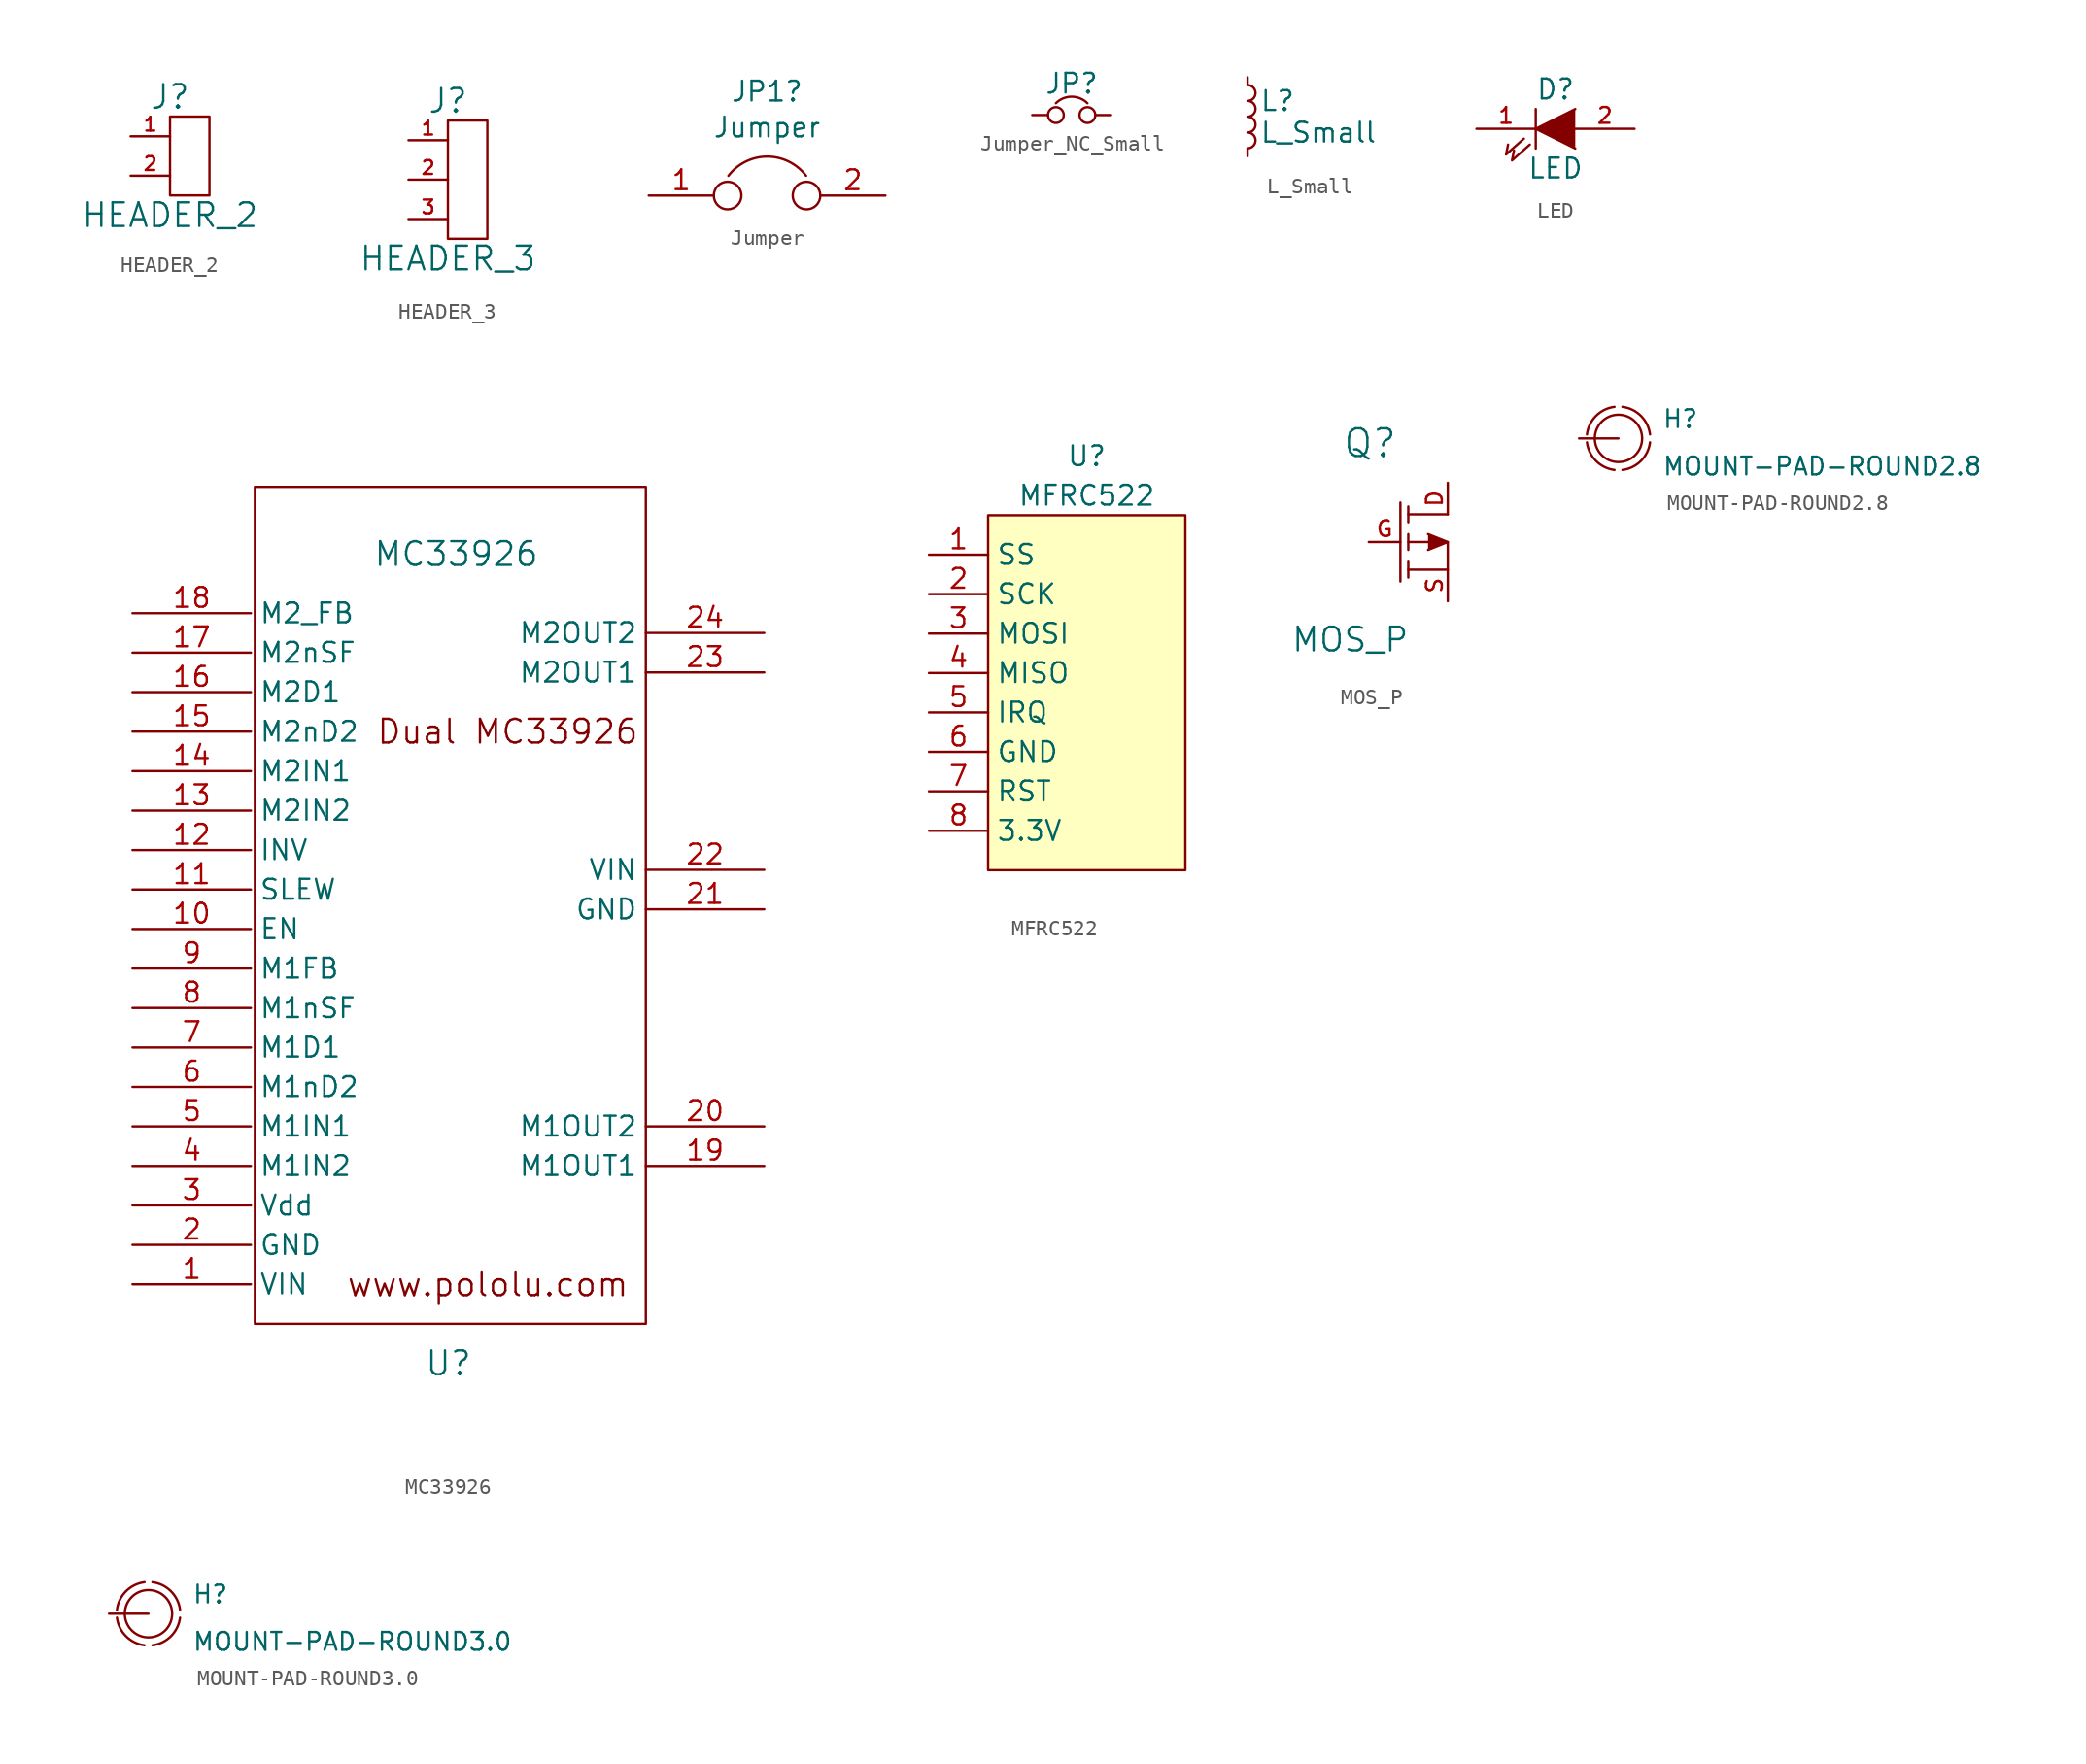
<source format=kicad_sym>
(kicad_symbol_lib
  (version 20220102)
  (generator kicad_symbol_editor)
  (symbol "HEADER_2"
    (pin_names
      (offset 0))
    (property "Reference" "J"
      (at 0 3.81 0)
      (effects (font (size 1.524 1.524))))
    (property "Value" "HEADER_2"
      (at 0 -3.81 0)
      (effects (font (size 1.524 1.524))))
    (property "Footprint" ""
      (at 0 0 0)
      (effects (font (size 1.524 1.524))))
    (property "Datasheet" ""
      (at 0 0 0)
      (effects (font (size 1.524 1.524))))
    (symbol "HEADER_2_0_1"
      (rectangle (start 2.54 2.54) (end 0 -2.54) (stroke (width 0) (type default)) (fill (type none))))
    (symbol "HEADER_2_1_1"
      (pin passive line (at -2.54 1.27 0) (length 2.54) (name "~" (effects (font (size 1.27 1.27)))) (number "1" (effects (font (size 0.889 0.889)))))
      (pin passive line (at -2.54 -1.27 0) (length 2.54) (name "~" (effects (font (size 1.27 1.27)))) (number "2" (effects (font (size 0.889 0.889)))))))
  (symbol "HEADER_3"
    (pin_names
      (offset 0))
    (property "Reference" "J"
      (at 0 5.08 0)
      (effects (font (size 1.524 1.524))))
    (property "Value" "HEADER_3"
      (at 0 -5.08 0)
      (effects (font (size 1.524 1.524))))
    (property "Footprint" ""
      (at 0 0 0)
      (effects (font (size 1.524 1.524))))
    (property "Datasheet" ""
      (at 0 0 0)
      (effects (font (size 1.524 1.524))))
    (symbol "HEADER_3_0_1"
      (rectangle (start 2.54 3.81) (end 0 -3.81) (stroke (width 0) (type default)) (fill (type none))))
    (symbol "HEADER_3_1_1"
      (pin passive line (at -2.54 2.54 0) (length 2.54) (name "~" (effects (font (size 1.27 1.27)))) (number "1" (effects (font (size 0.889 0.889)))))
      (pin passive line (at -2.54 0 0) (length 2.54) (name "~" (effects (font (size 1.27 1.27)))) (number "2" (effects (font (size 0.889 0.889)))))
      (pin passive line (at -2.54 -2.54 0) (length 2.54) (name "~" (effects (font (size 1.27 1.27)))) (number "3" (effects (font (size 0.889 0.889)))))))
  (symbol "Jumper"
    (pin_names
      (offset 0.762) hide)
    (property "Reference" "JP1"
      (at 0 6.706 0)
      (effects (font (size 1.27 1.27))))
    (property "Value" "Jumper"
      (at 0 4.394 0)
      (effects (font (size 1.27 1.27))))
    (symbol "Jumper_0_1"
      (circle (center -2.54 0) (radius 0.889) (stroke (width 0) (type default)) (fill (type none)))
      (arc (start 2.5146 1.27) (mid 0.0127 2.5097) (end -2.4892 1.27) (stroke (width 0) (type default)) (fill (type none)))
      (circle (center 2.54 0) (radius 0.889) (stroke (width 0) (type default)) (fill (type none)))
      (pin passive line (at -7.62 0 0) (length 4.191) (name "1" (effects (font (size 1.27 1.27)))) (number "1" (effects (font (size 1.27 1.27)))))
      (pin passive line (at 7.62 0 180) (length 4.191) (name "2" (effects (font (size 1.27 1.27)))) (number "2" (effects (font (size 1.27 1.27)))))))
  (symbol "Jumper_NC_Small"
    (pin_numbers hide)
    (pin_names
      (offset 0.762) hide)
    (property "Reference" "JP"
      (at 0 2.032 0)
      (effects (font (size 1.27 1.27))))
    (property "Footprint" ""
      (at 0 0 0)
      (effects (font (size 1.524 1.524))))
    (property "Datasheet" ""
      (at 0 0 0)
      (effects (font (size 1.524 1.524))))
    (symbol "Jumper_NC_Small_0_1"
      (circle (center -1.016 0) (radius 0.508) (stroke (width 0) (type default)) (fill (type none)))
      (circle (center 1.016 0) (radius 0.508) (stroke (width 0) (type default)) (fill (type none)))
      (arc (start 1.016 0.762) (mid 0 1.1828) (end -1.016 0.762) (stroke (width 0) (type default)) (fill (type none)))
      (pin passive line (at -2.54 0 0) (length 1.016) (name "1" (effects (font (size 1.524 1.524)))) (number "1" (effects (font (size 1.524 1.524)))))
      (pin passive line (at 2.54 0 180) (length 1.016) (name "2" (effects (font (size 1.524 1.524)))) (number "2" (effects (font (size 1.524 1.524)))))))
  (symbol "L_Small"
    (pin_numbers hide)
    (pin_names
      (offset 0.254) hide)
    (property "Reference" "L"
      (at 0.762 1.016 0)
      (effects (font (size 1.27 1.27)) (justify left)))
    (property "Value" "L_Small"
      (at 0.762 -1.016 0)
      (effects (font (size 1.27 1.27)) (justify left)))
    (property "Footprint" ""
      (at 0 0 0)
      (effects (font (size 1.524 1.524))))
    (property "Datasheet" ""
      (at 0 0 0)
      (effects (font (size 1.524 1.524))))
    (symbol "L_Small_0_1"
      (arc (start 0 -2.032) (mid 0.508 -1.524) (end 0 -1.016) (stroke (width 0) (type default)) (fill (type none)))
      (arc (start 0 -1.016) (mid 0.508 -0.508) (end 0 0) (stroke (width 0) (type default)) (fill (type none)))
      (arc (start 0 0) (mid 0.508 0.508) (end 0 1.016) (stroke (width 0) (type default)) (fill (type none)))
      (arc (start 0 1.016) (mid 0.508 1.524) (end 0 2.032) (stroke (width 0) (type default)) (fill (type none))))
    (symbol "L_Small_1_1"
      (pin passive line (at 0 2.54 270) (length 0.508) (name "~" (effects (font (size 1.016 1.016)))) (number "1" (effects (font (size 1.016 1.016)))))
      (pin passive line (at 0 -2.54 90) (length 0.508) (name "~" (effects (font (size 1.016 1.016)))) (number "2" (effects (font (size 1.016 1.016)))))))
  (symbol "LED"
    (pin_names hide)
    (property "Reference" "D"
      (at 0 2.54 0)
      (effects (font (size 1.27 1.27))))
    (property "Value" "LED"
      (at 0 -2.54 0)
      (effects (font (size 1.27 1.27))))
    (property "Footprint" ""
      (at 0 0 0)
      (effects (font (size 1.524 1.524))))
    (property "Datasheet" ""
      (at 0 0 0)
      (effects (font (size 1.524 1.524))))
    (symbol "LED_0_1"
      (polyline (pts (xy -1.27 1.27) (xy -1.27 -1.27)) (stroke (width 0) (type default)) (fill (type none)))
      (polyline (pts (xy -2.032 -0.635) (xy -3.175 -1.651) (xy -3.048 -1.016)) (stroke (width 0) (type default)) (fill (type none)))
      (polyline (pts (xy -1.651 -1.016) (xy -2.794 -2.032) (xy -2.667 -1.397)) (stroke (width 0) (type default)) (fill (type none)))
      (polyline (pts (xy 1.27 1.27) (xy -1.27 0) (xy 1.27 -1.27)) (stroke (width 0) (type default)) (fill (type outline))))
    (symbol "LED_1_1"
      (pin passive line (at -5.08 0 0) (length 3.81) (name "K" (effects (font (size 1.016 1.016)))) (number "1" (effects (font (size 1.016 1.016)))))
      (pin passive line (at 5.08 0 180) (length 3.81) (name "A" (effects (font (size 1.016 1.016)))) (number "2" (effects (font (size 1.016 1.016)))))))
  (symbol "MC33926"
    (property "Reference" "U"
      (at -1.27 -24.13 0)
      (effects (font (size 1.524 1.524))))
    (property "Value" "MC33926"
      (at -0.762 27.94 0)
      (effects (font (size 1.524 1.524))))
    (property "Footprint" ""
      (at 3.81 1.27 0)
      (effects (font (size 1.524 1.524))))
    (property "Datasheet" ""
      (at 3.81 1.27 0)
      (effects (font (size 1.524 1.524))))
    (symbol "MC33926_0_0"
      (text "Dual MC33926" (at 2.54 16.51 0) (effects (font (size 1.524 1.524))))
      (text "www.pololu.com" (at 1.27 -19.05 0) (effects (font (size 1.524 1.524)))))
    (symbol "MC33926_0_1"
      (rectangle (start -13.716 32.258) (end 11.43 -21.59) (stroke (width 0) (type default)) (fill (type none))))
    (symbol "MC33926_1_1"
      (pin input line (at -21.59 -19.05 0) (length 7.62) (name "VIN" (effects (font (size 1.27 1.27)))) (number "1" (effects (font (size 1.27 1.27)))))
      (pin input line (at -21.59 3.81 0) (length 7.62) (name "EN" (effects (font (size 1.27 1.27)))) (number "10" (effects (font (size 1.27 1.27)))))
      (pin input line (at -21.59 6.35 0) (length 7.62) (name "SLEW" (effects (font (size 1.27 1.27)))) (number "11" (effects (font (size 1.27 1.27)))))
      (pin input line (at -21.59 8.89 0) (length 7.62) (name "INV" (effects (font (size 1.27 1.27)))) (number "12" (effects (font (size 1.27 1.27)))))
      (pin input line (at -21.59 11.43 0) (length 7.62) (name "M2IN2" (effects (font (size 1.27 1.27)))) (number "13" (effects (font (size 1.27 1.27)))))
      (pin input line (at -21.59 13.97 0) (length 7.62) (name "M2IN1" (effects (font (size 1.27 1.27)))) (number "14" (effects (font (size 1.27 1.27)))))
      (pin input line (at -21.59 16.51 0) (length 7.62) (name "M2nD2" (effects (font (size 1.27 1.27)))) (number "15" (effects (font (size 1.27 1.27)))))
      (pin input line (at -21.59 19.05 0) (length 7.62) (name "M2D1" (effects (font (size 1.27 1.27)))) (number "16" (effects (font (size 1.27 1.27)))))
      (pin input line (at -21.59 21.59 0) (length 7.62) (name "M2nSF" (effects (font (size 1.27 1.27)))) (number "17" (effects (font (size 1.27 1.27)))))
      (pin input line (at -21.59 24.13 0) (length 7.62) (name "M2_FB" (effects (font (size 1.27 1.27)))) (number "18" (effects (font (size 1.27 1.27)))))
      (pin input line (at 19.05 -11.43 180) (length 7.62) (name "M1OUT1" (effects (font (size 1.27 1.27)))) (number "19" (effects (font (size 1.27 1.27)))))
      (pin input line (at -21.59 -16.51 0) (length 7.62) (name "GND" (effects (font (size 1.27 1.27)))) (number "2" (effects (font (size 1.27 1.27)))))
      (pin input line (at 19.05 -8.89 180) (length 7.62) (name "M1OUT2" (effects (font (size 1.27 1.27)))) (number "20" (effects (font (size 1.27 1.27)))))
      (pin input line (at 19.05 5.08 180) (length 7.62) (name "GND" (effects (font (size 1.27 1.27)))) (number "21" (effects (font (size 1.27 1.27)))))
      (pin input line (at 19.05 7.62 180) (length 7.62) (name "VIN" (effects (font (size 1.27 1.27)))) (number "22" (effects (font (size 1.27 1.27)))))
      (pin input line (at 19.05 20.32 180) (length 7.62) (name "M2OUT1" (effects (font (size 1.27 1.27)))) (number "23" (effects (font (size 1.27 1.27)))))
      (pin input line (at 19.05 22.86 180) (length 7.62) (name "M2OUT2" (effects (font (size 1.27 1.27)))) (number "24" (effects (font (size 1.27 1.27)))))
      (pin input line (at -21.59 -13.97 0) (length 7.62) (name "Vdd" (effects (font (size 1.27 1.27)))) (number "3" (effects (font (size 1.27 1.27)))))
      (pin input line (at -21.59 -11.43 0) (length 7.62) (name "M1IN2" (effects (font (size 1.27 1.27)))) (number "4" (effects (font (size 1.27 1.27)))))
      (pin input line (at -21.59 -8.89 0) (length 7.62) (name "M1IN1" (effects (font (size 1.27 1.27)))) (number "5" (effects (font (size 1.27 1.27)))))
      (pin input line (at -21.59 -6.35 0) (length 7.62) (name "M1nD2" (effects (font (size 1.27 1.27)))) (number "6" (effects (font (size 1.27 1.27)))))
      (pin input line (at -21.59 -3.81 0) (length 7.62) (name "M1D1" (effects (font (size 1.27 1.27)))) (number "7" (effects (font (size 1.27 1.27)))))
      (pin input line (at -21.59 -1.27 0) (length 7.62) (name "M1nSF" (effects (font (size 1.27 1.27)))) (number "8" (effects (font (size 1.27 1.27)))))
      (pin input line (at -21.59 1.27 0) (length 7.62) (name "M1FB" (effects (font (size 1.27 1.27)))) (number "9" (effects (font (size 1.27 1.27)))))))
  (symbol "MFRC522"
    (property "Reference" "U"
      (at 0 15.24 0)
      (effects (font (size 1.27 1.27))))
    (property "Value" "MFRC522"
      (at 0 12.7 0)
      (effects (font (size 1.27 1.27))))
    (symbol "MFRC522_0_1"
      (rectangle (start -6.35 11.43) (end 6.35 -11.43) (stroke (width 0) (type default)) (fill (type background))))
    (symbol "MFRC522_1_1"
      (pin input line (at -10.16 8.89 0) (length 3.81) (name "SS" (effects (font (size 1.27 1.27)))) (number "1" (effects (font (size 1.27 1.27)))))
      (pin input line (at -10.16 6.35 0) (length 3.81) (name "SCK" (effects (font (size 1.27 1.27)))) (number "2" (effects (font (size 1.27 1.27)))))
      (pin input line (at -10.16 3.81 0) (length 3.81) (name "MOSI" (effects (font (size 1.27 1.27)))) (number "3" (effects (font (size 1.27 1.27)))))
      (pin input line (at -10.16 1.27 0) (length 3.81) (name "MISO" (effects (font (size 1.27 1.27)))) (number "4" (effects (font (size 1.27 1.27)))))
      (pin input line (at -10.16 -1.27 0) (length 3.81) (name "IRQ" (effects (font (size 1.27 1.27)))) (number "5" (effects (font (size 1.27 1.27)))))
      (pin input line (at -10.16 -3.81 0) (length 3.81) (name "GND" (effects (font (size 1.27 1.27)))) (number "6" (effects (font (size 1.27 1.27)))))
      (pin input line (at -10.16 -6.35 0) (length 3.81) (name "RST" (effects (font (size 1.27 1.27)))) (number "7" (effects (font (size 1.27 1.27)))))
      (pin input line (at -10.16 -8.89 0) (length 3.81) (name "3.3V" (effects (font (size 1.27 1.27)))) (number "8" (effects (font (size 1.27 1.27)))))))
  (symbol "MOS_P"
    (pin_names
      (offset 0.762) hide)
    (property "Reference" "Q"
      (at -2.464 6.35 0)
      (effects (font (size 1.778 1.778))))
    (property "Value" "MOS_P"
      (at -3.734 -6.274 0)
      (effects (font (size 1.524 1.524))))
    (property "Footprint" ""
      (at 0 0 0)
      (effects (font (size 1.524 1.524))))
    (property "Datasheet" ""
      (at 0 0 0)
      (effects (font (size 1.524 1.524))))
    (symbol "MOS_P_0_1"
      (polyline (pts (xy -0.508 2.54) (xy -0.508 -2.54) (xy -0.508 -2.54)) (stroke (width 0) (type default)) (fill (type outline)))
      (polyline (pts (xy 0 -2.286) (xy 0 -1.27) (xy 0 -1.27)) (stroke (width 0) (type default)) (fill (type outline)))
      (polyline (pts (xy 0 -0.508) (xy 0 0.508) (xy 0 0.508)) (stroke (width 0) (type default)) (fill (type outline)))
      (polyline (pts (xy 0 1.27) (xy 0 2.286) (xy 0 2.286)) (stroke (width 0) (type default)) (fill (type outline)))
      (polyline (pts (xy 0 1.778) (xy 2.54 1.778) (xy 2.54 1.778)) (stroke (width 0) (type default)) (fill (type none)))
      (polyline (pts (xy 1.27 0.508) (xy 2.54 0) (xy 1.27 -0.508) (xy 1.27 -0.508)) (stroke (width 0) (type default)) (fill (type outline)))
      (polyline (pts (xy 0 -1.778) (xy 2.54 -1.778) (xy 2.54 0) (xy 0 0) (xy 0 0)) (stroke (width 0) (type default)) (fill (type none))))
    (symbol "MOS_P_1_1"
      (pin passive line (at 2.54 3.81 270) (length 2.032) (name "D" (effects (font (size 1.016 1.016)))) (number "D" (effects (font (size 1.016 1.016)))))
      (pin input line (at -2.54 0 0) (length 2.032) (name "G" (effects (font (size 1.016 1.016)))) (number "G" (effects (font (size 1.016 1.016)))))
      (pin passive line (at 2.54 -3.81 90) (length 2.032) (name "S" (effects (font (size 1.016 1.016)))) (number "S" (effects (font (size 1.016 1.016)))))))
  (symbol "MOUNT-PAD-ROUND2.8"
    (pin_numbers hide)
    (pin_names hide)
    (property "Reference" "H"
      (at 2.794 0.584 0)
      (effects (font (size 1.143 1.143)) (justify left bottom)))
    (property "Value" "MOUNT-PAD-ROUND2.8"
      (at 2.794 -2.464 0)
      (effects (font (size 1.143 1.143)) (justify left bottom)))
    (property "ki_locked" ""
      (at 0 0 0)
      (effects (font (size 1.27 1.27))))
    (symbol "MOUNT-PAD-ROUND2.8_1_1"
      (arc (start -2.032 -0.254) (mid -1.448 -1.448) (end -0.254 -2.032) (stroke (width 0) (type default)) (fill (type none)))
      (arc (start -0.254 2.032) (mid -1.448 1.448) (end -2.032 0.254) (stroke (width 0) (type default)) (fill (type none)))
      (circle (center 0 0) (radius 1.524) (stroke (width 0) (type default)) (fill (type none)))
      (arc (start 0.254 -2.032) (mid 1.448 -1.448) (end 2.032 -0.254) (stroke (width 0) (type default)) (fill (type none)))
      (arc (start 2.032 0.254) (mid 1.448 1.448) (end 0.254 2.032) (stroke (width 0) (type default)) (fill (type none)))
      (pin passive line (at -2.54 0 0) (length 2.54) (name "MOUNT" (effects (font (size 1.016 1.016)))) (number "B2,8" (effects (font (size 1.016 1.016)))))))
  (symbol "MOUNT-PAD-ROUND3.0"
    (pin_numbers hide)
    (pin_names hide)
    (property "Reference" "H"
      (at 2.794 0.584 0)
      (effects (font (size 1.143 1.143)) (justify left bottom)))
    (property "Value" "MOUNT-PAD-ROUND3.0"
      (at 2.794 -2.464 0)
      (effects (font (size 1.143 1.143)) (justify left bottom)))
    (property "ki_locked" ""
      (at 0 0 0)
      (effects (font (size 1.27 1.27))))
    (symbol "MOUNT-PAD-ROUND3.0_1_1"
      (arc (start -2.032 -0.254) (mid -1.448 -1.448) (end -0.254 -2.032) (stroke (width 0) (type default)) (fill (type none)))
      (arc (start -0.254 2.032) (mid -1.448 1.448) (end -2.032 0.254) (stroke (width 0) (type default)) (fill (type none)))
      (circle (center 0 0) (radius 1.524) (stroke (width 0) (type default)) (fill (type none)))
      (arc (start 0.254 -2.032) (mid 1.448 -1.448) (end 2.032 -0.254) (stroke (width 0) (type default)) (fill (type none)))
      (arc (start 2.032 0.254) (mid 1.448 1.448) (end 0.254 2.032) (stroke (width 0) (type default)) (fill (type none)))
      (pin passive line (at -2.54 0 0) (length 2.54) (name "MOUNT" (effects (font (size 1.016 1.016)))) (number "B3,0" (effects (font (size 1.016 1.016))))))))
</source>
